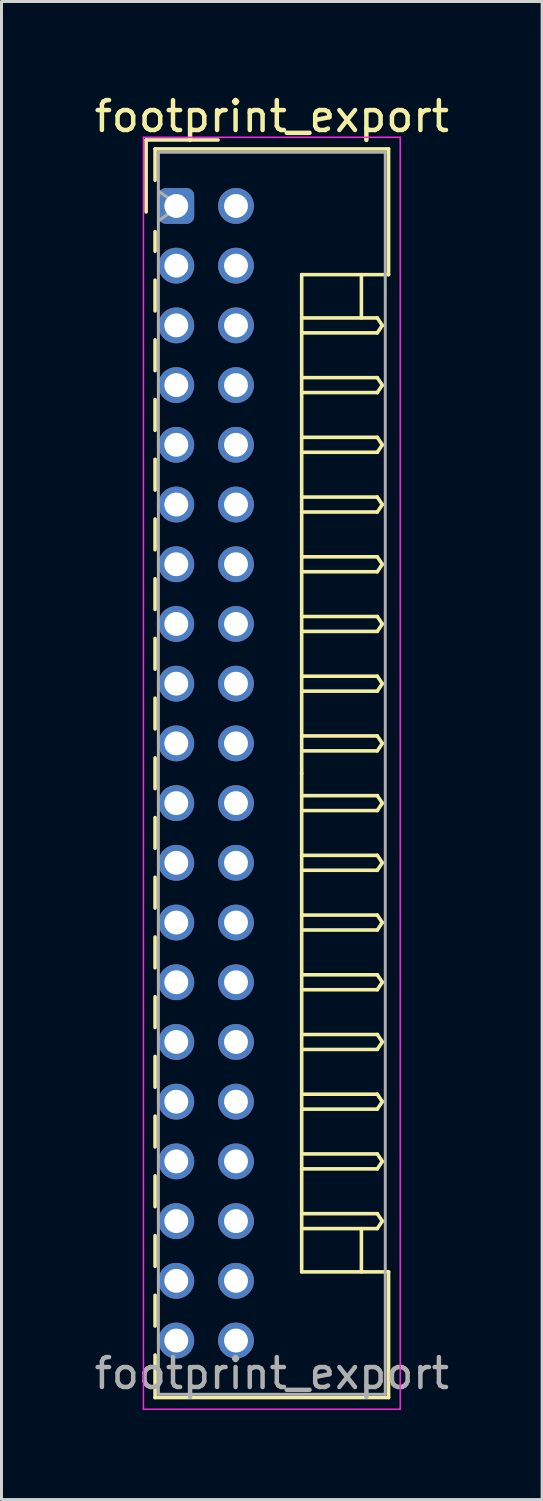
<source format=kicad_pcb>
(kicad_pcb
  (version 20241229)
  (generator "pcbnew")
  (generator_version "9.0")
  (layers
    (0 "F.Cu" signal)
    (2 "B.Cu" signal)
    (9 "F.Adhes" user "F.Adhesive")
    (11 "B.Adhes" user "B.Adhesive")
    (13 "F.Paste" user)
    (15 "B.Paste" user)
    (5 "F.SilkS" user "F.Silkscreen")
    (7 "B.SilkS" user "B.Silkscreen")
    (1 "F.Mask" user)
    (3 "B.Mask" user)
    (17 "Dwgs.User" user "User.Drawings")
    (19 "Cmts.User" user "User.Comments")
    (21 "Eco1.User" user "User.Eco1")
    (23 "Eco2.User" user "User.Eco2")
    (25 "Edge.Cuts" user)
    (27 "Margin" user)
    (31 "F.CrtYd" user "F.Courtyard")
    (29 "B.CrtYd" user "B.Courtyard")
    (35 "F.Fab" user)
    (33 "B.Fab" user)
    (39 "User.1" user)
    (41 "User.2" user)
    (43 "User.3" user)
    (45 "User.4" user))
  (footprint "footprint_export"
    (layer "F.Cu")
    (at 2.854 3.848)
    (property "Reference" "footprint_export" (at 3.2 -3 0) (layer "F.SilkS") (effects (font (size 1 1) (thickness 0.15))))
    (attr through_hole)
    (fp_line (start -1.01 -2.21) (end -1.01 0.2) (stroke (width 0.12) (type solid)) (layer "F.SilkS"))
    (fp_line (start -0.71 -1.91) (end -0.71 -0.86) (stroke (width 0.12) (type solid)) (layer "F.SilkS"))
    (fp_line (start -0.71 -1.91) (end 7.11 -1.91) (stroke (width 0.12) (type solid)) (layer "F.SilkS"))
    (fp_line (start -0.71 0.86) (end -0.71 1.515) (stroke (width 0.12) (type solid)) (layer "F.SilkS"))
    (fp_line (start -0.71 2.485) (end -0.71 3.515) (stroke (width 0.12) (type solid)) (layer "F.SilkS"))
    (fp_line (start -0.71 4.485) (end -0.71 5.515) (stroke (width 0.12) (type solid)) (layer "F.SilkS"))
    (fp_line (start -0.71 6.485) (end -0.71 7.515) (stroke (width 0.12) (type solid)) (layer "F.SilkS"))
    (fp_line (start -0.71 8.485) (end -0.71 9.515) (stroke (width 0.12) (type solid)) (layer "F.SilkS"))
    (fp_line (start -0.71 10.485) (end -0.71 11.515) (stroke (width 0.12) (type solid)) (layer "F.SilkS"))
    (fp_line (start -0.71 12.485) (end -0.71 13.515) (stroke (width 0.12) (type solid)) (layer "F.SilkS"))
    (fp_line (start -0.71 14.485) (end -0.71 15.515) (stroke (width 0.12) (type solid)) (layer "F.SilkS"))
    (fp_line (start -0.71 16.485) (end -0.71 17.515) (stroke (width 0.12) (type solid)) (layer "F.SilkS"))
    (fp_line (start -0.71 18.485) (end -0.71 19.515) (stroke (width 0.12) (type solid)) (layer "F.SilkS"))
    (fp_line (start -0.71 20.485) (end -0.71 21.515) (stroke (width 0.12) (type solid)) (layer "F.SilkS"))
    (fp_line (start -0.71 22.485) (end -0.71 23.515) (stroke (width 0.12) (type solid)) (layer "F.SilkS"))
    (fp_line (start -0.71 24.485) (end -0.71 25.515) (stroke (width 0.12) (type solid)) (layer "F.SilkS"))
    (fp_line (start -0.71 26.485) (end -0.71 27.515) (stroke (width 0.12) (type solid)) (layer "F.SilkS"))
    (fp_line (start -0.71 28.485) (end -0.71 29.515) (stroke (width 0.12) (type solid)) (layer "F.SilkS"))
    (fp_line (start -0.71 30.485) (end -0.71 31.515) (stroke (width 0.12) (type solid)) (layer "F.SilkS"))
    (fp_line (start -0.71 32.485) (end -0.71 33.515) (stroke (width 0.12) (type solid)) (layer "F.SilkS"))
    (fp_line (start -0.71 34.485) (end -0.71 35.515) (stroke (width 0.12) (type solid)) (layer "F.SilkS"))
    (fp_line (start -0.71 36.485) (end -0.71 37.515) (stroke (width 0.12) (type solid)) (layer "F.SilkS"))
    (fp_line (start -0.71 38.485) (end -0.71 39.91) (stroke (width 0.12) (type solid)) (layer "F.SilkS"))
    (fp_line (start -0.71 39.91) (end 7.11 39.91) (stroke (width 0.12) (type solid)) (layer "F.SilkS"))
    (fp_line (start 1.4 -2.21) (end -1.01 -2.21) (stroke (width 0.12) (type solid)) (layer "F.SilkS"))
    (fp_line (start 4.2 2.3) (end 4.2 19) (stroke (width 0.12) (type solid)) (layer "F.SilkS"))
    (fp_line (start 4.2 3.75) (end 6.733 3.75) (stroke (width 0.12) (type solid)) (layer "F.SilkS"))
    (fp_line (start 4.2 5.75) (end 6.733 5.75) (stroke (width 0.12) (type solid)) (layer "F.SilkS"))
    (fp_line (start 4.2 7.75) (end 6.733 7.75) (stroke (width 0.12) (type solid)) (layer "F.SilkS"))
    (fp_line (start 4.2 9.75) (end 6.733 9.75) (stroke (width 0.12) (type solid)) (layer "F.SilkS"))
    (fp_line (start 4.2 11.75) (end 6.733 11.75) (stroke (width 0.12) (type solid)) (layer "F.SilkS"))
    (fp_line (start 4.2 13.75) (end 6.733 13.75) (stroke (width 0.12) (type solid)) (layer "F.SilkS"))
    (fp_line (start 4.2 15.75) (end 6.733 15.75) (stroke (width 0.12) (type solid)) (layer "F.SilkS"))
    (fp_line (start 4.2 17.75) (end 6.733 17.75) (stroke (width 0.12) (type solid)) (layer "F.SilkS"))
    (fp_line (start 4.2 19.75) (end 6.733 19.75) (stroke (width 0.12) (type solid)) (layer "F.SilkS"))
    (fp_line (start 4.2 21.75) (end 6.733 21.75) (stroke (width 0.12) (type solid)) (layer "F.SilkS"))
    (fp_line (start 4.2 23.75) (end 6.733 23.75) (stroke (width 0.12) (type solid)) (layer "F.SilkS"))
    (fp_line (start 4.2 25.75) (end 6.733 25.75) (stroke (width 0.12) (type solid)) (layer "F.SilkS"))
    (fp_line (start 4.2 27.75) (end 6.733 27.75) (stroke (width 0.12) (type solid)) (layer "F.SilkS"))
    (fp_line (start 4.2 29.75) (end 6.733 29.75) (stroke (width 0.12) (type solid)) (layer "F.SilkS"))
    (fp_line (start 4.2 31.75) (end 6.733 31.75) (stroke (width 0.12) (type solid)) (layer "F.SilkS"))
    (fp_line (start 4.2 33.75) (end 6.733 33.75) (stroke (width 0.12) (type solid)) (layer "F.SilkS"))
    (fp_line (start 4.2 35.7) (end 4.2 19) (stroke (width 0.12) (type solid)) (layer "F.SilkS"))
    (fp_line (start 6.2 2.3) (end 6.2 3.75) (stroke (width 0.12) (type solid)) (layer "F.SilkS"))
    (fp_line (start 6.2 35.7) (end 6.2 34.25) (stroke (width 0.12) (type solid)) (layer "F.SilkS"))
    (fp_line (start 6.733 3.75) (end 6.9 4) (stroke (width 0.12) (type solid)) (layer "F.SilkS"))
    (fp_line (start 6.733 4.25) (end 4.2 4.25) (stroke (width 0.12) (type solid)) (layer "F.SilkS"))
    (fp_line (start 6.733 5.75) (end 6.9 6) (stroke (width 0.12) (type solid)) (layer "F.SilkS"))
    (fp_line (start 6.733 6.25) (end 4.2 6.25) (stroke (width 0.12) (type solid)) (layer "F.SilkS"))
    (fp_line (start 6.733 7.75) (end 6.9 8) (stroke (width 0.12) (type solid)) (layer "F.SilkS"))
    (fp_line (start 6.733 8.25) (end 4.2 8.25) (stroke (width 0.12) (type solid)) (layer "F.SilkS"))
    (fp_line (start 6.733 9.75) (end 6.9 10) (stroke (width 0.12) (type solid)) (layer "F.SilkS"))
    (fp_line (start 6.733 10.25) (end 4.2 10.25) (stroke (width 0.12) (type solid)) (layer "F.SilkS"))
    (fp_line (start 6.733 11.75) (end 6.9 12) (stroke (width 0.12) (type solid)) (layer "F.SilkS"))
    (fp_line (start 6.733 12.25) (end 4.2 12.25) (stroke (width 0.12) (type solid)) (layer "F.SilkS"))
    (fp_line (start 6.733 13.75) (end 6.9 14) (stroke (width 0.12) (type solid)) (layer "F.SilkS"))
    (fp_line (start 6.733 14.25) (end 4.2 14.25) (stroke (width 0.12) (type solid)) (layer "F.SilkS"))
    (fp_line (start 6.733 15.75) (end 6.9 16) (stroke (width 0.12) (type solid)) (layer "F.SilkS"))
    (fp_line (start 6.733 16.25) (end 4.2 16.25) (stroke (width 0.12) (type solid)) (layer "F.SilkS"))
    (fp_line (start 6.733 17.75) (end 6.9 18) (stroke (width 0.12) (type solid)) (layer "F.SilkS"))
    (fp_line (start 6.733 18.25) (end 4.2 18.25) (stroke (width 0.12) (type solid)) (layer "F.SilkS"))
    (fp_line (start 6.733 19.75) (end 6.9 20) (stroke (width 0.12) (type solid)) (layer "F.SilkS"))
    (fp_line (start 6.733 20.25) (end 4.2 20.25) (stroke (width 0.12) (type solid)) (layer "F.SilkS"))
    (fp_line (start 6.733 21.75) (end 6.9 22) (stroke (width 0.12) (type solid)) (layer "F.SilkS"))
    (fp_line (start 6.733 22.25) (end 4.2 22.25) (stroke (width 0.12) (type solid)) (layer "F.SilkS"))
    (fp_line (start 6.733 23.75) (end 6.9 24) (stroke (width 0.12) (type solid)) (layer "F.SilkS"))
    (fp_line (start 6.733 24.25) (end 4.2 24.25) (stroke (width 0.12) (type solid)) (layer "F.SilkS"))
    (fp_line (start 6.733 25.75) (end 6.9 26) (stroke (width 0.12) (type solid)) (layer "F.SilkS"))
    (fp_line (start 6.733 26.25) (end 4.2 26.25) (stroke (width 0.12) (type solid)) (layer "F.SilkS"))
    (fp_line (start 6.733 27.75) (end 6.9 28) (stroke (width 0.12) (type solid)) (layer "F.SilkS"))
    (fp_line (start 6.733 28.25) (end 4.2 28.25) (stroke (width 0.12) (type solid)) (layer "F.SilkS"))
    (fp_line (start 6.733 29.75) (end 6.9 30) (stroke (width 0.12) (type solid)) (layer "F.SilkS"))
    (fp_line (start 6.733 30.25) (end 4.2 30.25) (stroke (width 0.12) (type solid)) (layer "F.SilkS"))
    (fp_line (start 6.733 31.75) (end 6.9 32) (stroke (width 0.12) (type solid)) (layer "F.SilkS"))
    (fp_line (start 6.733 32.25) (end 4.2 32.25) (stroke (width 0.12) (type solid)) (layer "F.SilkS"))
    (fp_line (start 6.733 33.75) (end 6.9 34) (stroke (width 0.12) (type solid)) (layer "F.SilkS"))
    (fp_line (start 6.733 34.25) (end 4.2 34.25) (stroke (width 0.12) (type solid)) (layer "F.SilkS"))
    (fp_line (start 6.9 4) (end 6.733 4.25) (stroke (width 0.12) (type solid)) (layer "F.SilkS"))
    (fp_line (start 6.9 6) (end 6.733 6.25) (stroke (width 0.12) (type solid)) (layer "F.SilkS"))
    (fp_line (start 6.9 8) (end 6.733 8.25) (stroke (width 0.12) (type solid)) (layer "F.SilkS"))
    (fp_line (start 6.9 10) (end 6.733 10.25) (stroke (width 0.12) (type solid)) (layer "F.SilkS"))
    (fp_line (start 6.9 12) (end 6.733 12.25) (stroke (width 0.12) (type solid)) (layer "F.SilkS"))
    (fp_line (start 6.9 14) (end 6.733 14.25) (stroke (width 0.12) (type solid)) (layer "F.SilkS"))
    (fp_line (start 6.9 16) (end 6.733 16.25) (stroke (width 0.12) (type solid)) (layer "F.SilkS"))
    (fp_line (start 6.9 18) (end 6.733 18.25) (stroke (width 0.12) (type solid)) (layer "F.SilkS"))
    (fp_line (start 6.9 20) (end 6.733 20.25) (stroke (width 0.12) (type solid)) (layer "F.SilkS"))
    (fp_line (start 6.9 22) (end 6.733 22.25) (stroke (width 0.12) (type solid)) (layer "F.SilkS"))
    (fp_line (start 6.9 24) (end 6.733 24.25) (stroke (width 0.12) (type solid)) (layer "F.SilkS"))
    (fp_line (start 6.9 26) (end 6.733 26.25) (stroke (width 0.12) (type solid)) (layer "F.SilkS"))
    (fp_line (start 6.9 28) (end 6.733 28.25) (stroke (width 0.12) (type solid)) (layer "F.SilkS"))
    (fp_line (start 6.9 30) (end 6.733 30.25) (stroke (width 0.12) (type solid)) (layer "F.SilkS"))
    (fp_line (start 6.9 32) (end 6.733 32.25) (stroke (width 0.12) (type solid)) (layer "F.SilkS"))
    (fp_line (start 6.9 34) (end 6.733 34.25) (stroke (width 0.12) (type solid)) (layer "F.SilkS"))
    (fp_line (start 7.11 -1.91) (end 7.11 2.3) (stroke (width 0.12) (type solid)) (layer "F.SilkS"))
    (fp_line (start 7.11 2.3) (end 4.2 2.3) (stroke (width 0.12) (type solid)) (layer "F.SilkS"))
    (fp_line (start 7.11 35.7) (end 4.2 35.7) (stroke (width 0.12) (type solid)) (layer "F.SilkS"))
    (fp_line (start 7.11 39.91) (end 7.11 35.7) (stroke (width 0.12) (type solid)) (layer "F.SilkS"))
    (fp_line (start -1.1 -2.3) (end -1.1 40.3) (stroke (width 0.05) (type solid)) (layer "F.CrtYd"))
    (fp_line (start -1.1 40.3) (end 7.5 40.3) (stroke (width 0.05) (type solid)) (layer "F.CrtYd"))
    (fp_line (start 7.5 -2.3) (end -1.1 -2.3) (stroke (width 0.05) (type solid)) (layer "F.CrtYd"))
    (fp_line (start 7.5 40.3) (end 7.5 -2.3) (stroke (width 0.05) (type solid)) (layer "F.CrtYd"))
    (fp_line (start -0.6 -1.8) (end -0.6 39.8) (stroke (width 0.1) (type solid)) (layer "F.Fab"))
    (fp_line (start -0.6 0.5) (end 0.107 0) (stroke (width 0.1) (type solid)) (layer "F.Fab"))
    (fp_line (start -0.6 39.8) (end 7 39.8) (stroke (width 0.1) (type solid)) (layer "F.Fab"))
    (fp_line (start 0.107 0) (end -0.6 -0.5) (stroke (width 0.1) (type solid)) (layer "F.Fab"))
    (fp_line (start 7 -1.8) (end -0.6 -1.8) (stroke (width 0.1) (type solid)) (layer "F.Fab"))
    (fp_line (start 7 39.8) (end 7 -1.8) (stroke (width 0.1) (type solid)) (layer "F.Fab"))
    (fp_text user "${REFERENCE}" (at 3.2 39.1 0) (layer "F.Fab") (effects (font (size 1 1) (thickness 0.15))))
    (pad "a1" thru_hole roundrect (at 0 0) (size 1.2 1.2) (drill 0.8) (layers "*.Cu" "*.Mask") (roundrect_rratio 0.208))
    (pad "a2" thru_hole circle (at 0 2) (size 1.2 1.2) (drill 0.8) (layers "*.Cu" "*.Mask"))
    (pad "a3" thru_hole circle (at 0 4) (size 1.2 1.2) (drill 0.8) (layers "*.Cu" "*.Mask"))
    (pad "a4" thru_hole circle (at 0 6) (size 1.2 1.2) (drill 0.8) (layers "*.Cu" "*.Mask"))
    (pad "a5" thru_hole circle (at 0 8) (size 1.2 1.2) (drill 0.8) (layers "*.Cu" "*.Mask"))
    (pad "a6" thru_hole circle (at 0 10) (size 1.2 1.2) (drill 0.8) (layers "*.Cu" "*.Mask"))
    (pad "a7" thru_hole circle (at 0 12) (size 1.2 1.2) (drill 0.8) (layers "*.Cu" "*.Mask"))
    (pad "a8" thru_hole circle (at 0 14) (size 1.2 1.2) (drill 0.8) (layers "*.Cu" "*.Mask"))
    (pad "a9" thru_hole circle (at 0 16) (size 1.2 1.2) (drill 0.8) (layers "*.Cu" "*.Mask"))
    (pad "a10" thru_hole circle (at 0 18) (size 1.2 1.2) (drill 0.8) (layers "*.Cu" "*.Mask"))
    (pad "a11" thru_hole circle (at 0 20) (size 1.2 1.2) (drill 0.8) (layers "*.Cu" "*.Mask"))
    (pad "a12" thru_hole circle (at 0 22) (size 1.2 1.2) (drill 0.8) (layers "*.Cu" "*.Mask"))
    (pad "a13" thru_hole circle (at 0 24) (size 1.2 1.2) (drill 0.8) (layers "*.Cu" "*.Mask"))
    (pad "a14" thru_hole circle (at 0 26) (size 1.2 1.2) (drill 0.8) (layers "*.Cu" "*.Mask"))
    (pad "a15" thru_hole circle (at 0 28) (size 1.2 1.2) (drill 0.8) (layers "*.Cu" "*.Mask"))
    (pad "a16" thru_hole circle (at 0 30) (size 1.2 1.2) (drill 0.8) (layers "*.Cu" "*.Mask"))
    (pad "a17" thru_hole circle (at 0 32) (size 1.2 1.2) (drill 0.8) (layers "*.Cu" "*.Mask"))
    (pad "a18" thru_hole circle (at 0 34) (size 1.2 1.2) (drill 0.8) (layers "*.Cu" "*.Mask"))
    (pad "a19" thru_hole circle (at 0 36) (size 1.2 1.2) (drill 0.8) (layers "*.Cu" "*.Mask"))
    (pad "a20" thru_hole circle (at 0 38) (size 1.2 1.2) (drill 0.8) (layers "*.Cu" "*.Mask"))
    (pad "b1" thru_hole circle (at 2 0) (size 1.2 1.2) (drill 0.8) (layers "*.Cu" "*.Mask"))
    (pad "b2" thru_hole circle (at 2 2) (size 1.2 1.2) (drill 0.8) (layers "*.Cu" "*.Mask"))
    (pad "b3" thru_hole circle (at 2 4) (size 1.2 1.2) (drill 0.8) (layers "*.Cu" "*.Mask"))
    (pad "b4" thru_hole circle (at 2 6) (size 1.2 1.2) (drill 0.8) (layers "*.Cu" "*.Mask"))
    (pad "b5" thru_hole circle (at 2 8) (size 1.2 1.2) (drill 0.8) (layers "*.Cu" "*.Mask"))
    (pad "b6" thru_hole circle (at 2 10) (size 1.2 1.2) (drill 0.8) (layers "*.Cu" "*.Mask"))
    (pad "b7" thru_hole circle (at 2 12) (size 1.2 1.2) (drill 0.8) (layers "*.Cu" "*.Mask"))
    (pad "b8" thru_hole circle (at 2 14) (size 1.2 1.2) (drill 0.8) (layers "*.Cu" "*.Mask"))
    (pad "b9" thru_hole circle (at 2 16) (size 1.2 1.2) (drill 0.8) (layers "*.Cu" "*.Mask"))
    (pad "b10" thru_hole circle (at 2 18) (size 1.2 1.2) (drill 0.8) (layers "*.Cu" "*.Mask"))
    (pad "b11" thru_hole circle (at 2 20) (size 1.2 1.2) (drill 0.8) (layers "*.Cu" "*.Mask"))
    (pad "b12" thru_hole circle (at 2 22) (size 1.2 1.2) (drill 0.8) (layers "*.Cu" "*.Mask"))
    (pad "b13" thru_hole circle (at 2 24) (size 1.2 1.2) (drill 0.8) (layers "*.Cu" "*.Mask"))
    (pad "b14" thru_hole circle (at 2 26) (size 1.2 1.2) (drill 0.8) (layers "*.Cu" "*.Mask"))
    (pad "b15" thru_hole circle (at 2 28) (size 1.2 1.2) (drill 0.8) (layers "*.Cu" "*.Mask"))
    (pad "b16" thru_hole circle (at 2 30) (size 1.2 1.2) (drill 0.8) (layers "*.Cu" "*.Mask"))
    (pad "b17" thru_hole circle (at 2 32) (size 1.2 1.2) (drill 0.8) (layers "*.Cu" "*.Mask"))
    (pad "b18" thru_hole circle (at 2 34) (size 1.2 1.2) (drill 0.8) (layers "*.Cu" "*.Mask"))
    (pad "b19" thru_hole circle (at 2 36) (size 1.2 1.2) (drill 0.8) (layers "*.Cu" "*.Mask"))
    (pad "b20" thru_hole circle (at 2 38) (size 1.2 1.2) (drill 0.8) (layers "*.Cu" "*.Mask")))
  (gr_rect
    (start -3 -3)
    (end 15.107 47.173)
    (stroke (width 0.1) (type default))
    (fill no)
    (layer "Edge.Cuts")))
</source>
